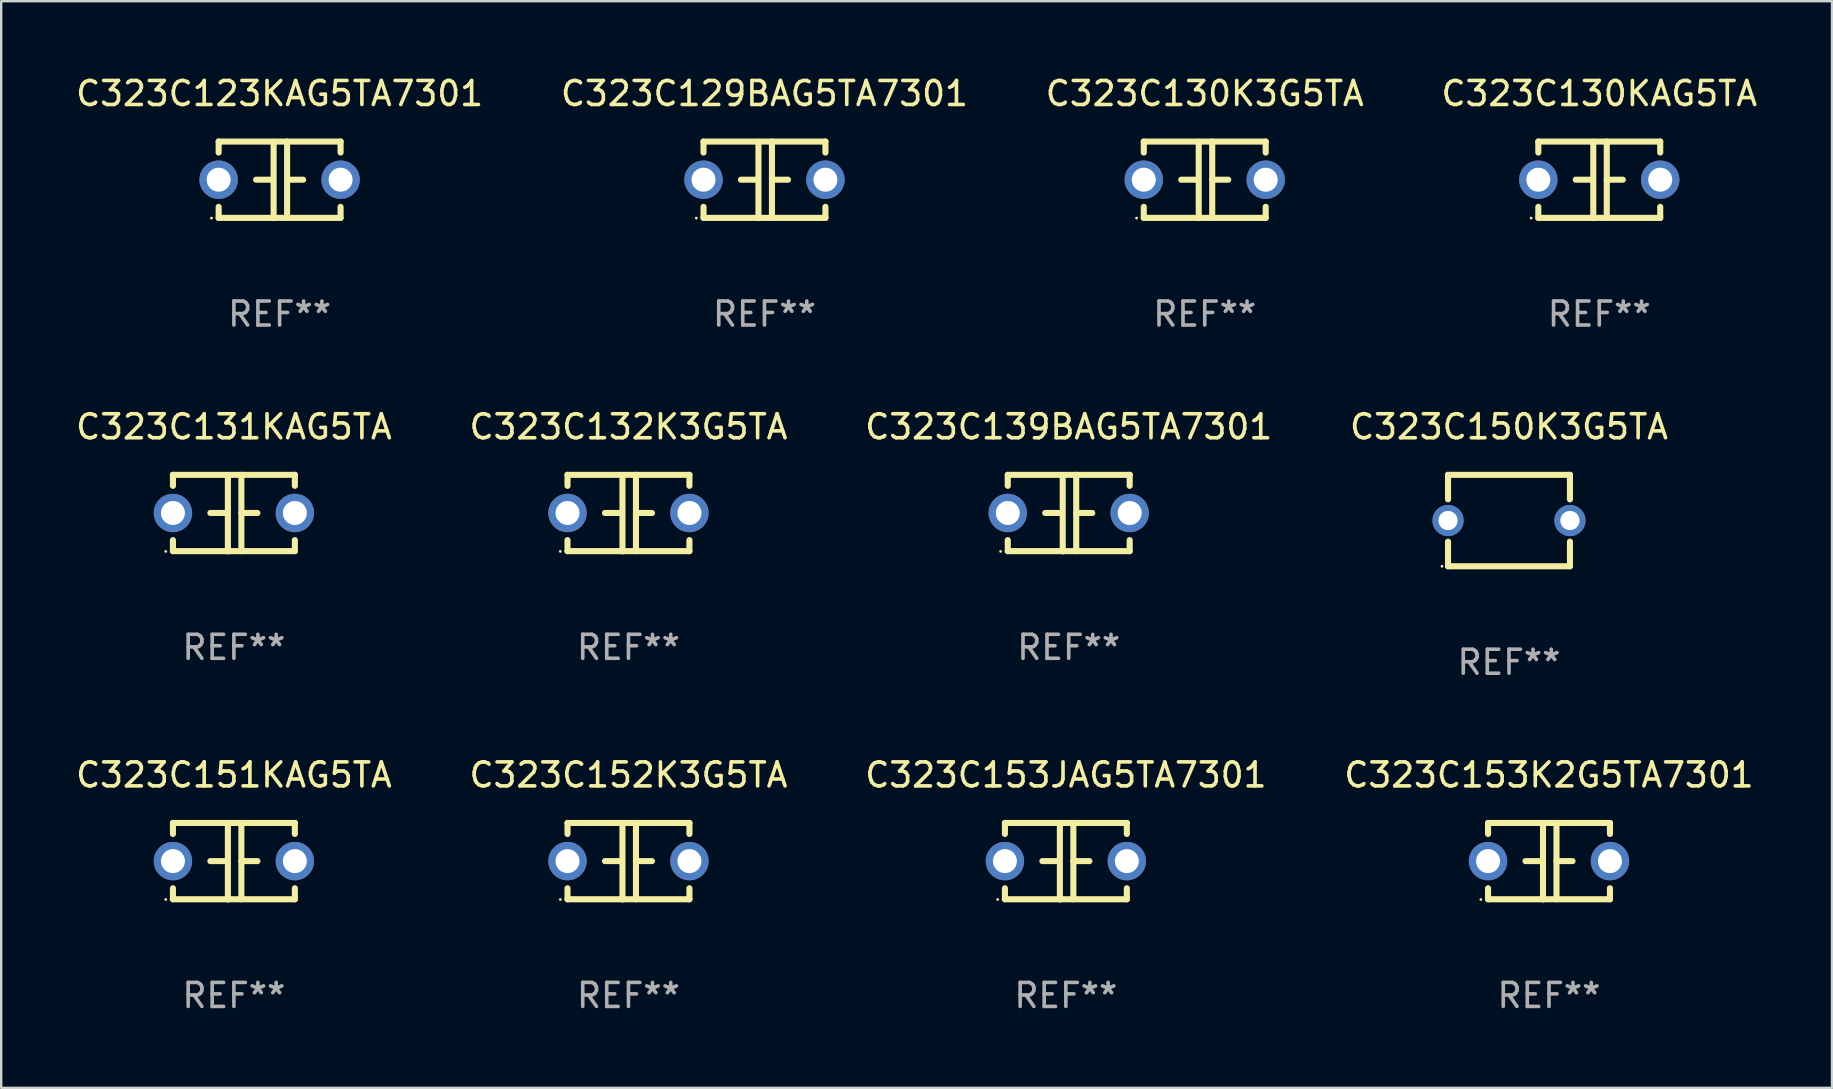
<source format=kicad_pcb>
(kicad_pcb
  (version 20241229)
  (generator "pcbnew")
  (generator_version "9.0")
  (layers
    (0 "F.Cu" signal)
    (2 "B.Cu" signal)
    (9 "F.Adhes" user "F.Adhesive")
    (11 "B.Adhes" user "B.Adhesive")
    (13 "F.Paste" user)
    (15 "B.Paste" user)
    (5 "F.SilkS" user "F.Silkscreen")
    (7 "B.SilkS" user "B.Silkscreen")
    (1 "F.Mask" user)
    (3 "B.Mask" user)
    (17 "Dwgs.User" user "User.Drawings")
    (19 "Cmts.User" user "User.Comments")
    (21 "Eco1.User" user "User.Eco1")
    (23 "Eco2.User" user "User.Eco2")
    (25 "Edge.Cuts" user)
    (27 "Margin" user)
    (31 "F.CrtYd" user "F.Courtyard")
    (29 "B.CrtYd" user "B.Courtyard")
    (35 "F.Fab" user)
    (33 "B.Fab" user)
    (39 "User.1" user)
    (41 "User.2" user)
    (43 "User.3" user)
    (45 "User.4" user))
  (footprint "C323C130K3G5TA"
    (layer "F.Cu")
    (at 47.149 4.443)
    (property "Reference" "C323C130K3G5TA" (at 0 -3.595 0) (layer "F.SilkS") (effects (font (size 1 1) (thickness 0.15))))
    (attr through_hole)
    (fp_line (start -2.54 -1.595) (end -2.54 -1.136) (stroke (width 0.254) (type solid)) (layer "F.SilkS"))
    (fp_line (start -2.54 -1.595) (end 2.54 -1.595) (stroke (width 0.254) (type solid)) (layer "F.SilkS"))
    (fp_line (start -2.54 1.126) (end -2.54 1.585) (stroke (width 0.254) (type solid)) (layer "F.SilkS"))
    (fp_line (start -0.312 -0.005) (end -0.98 -0.005) (stroke (width 0.254) (type solid)) (layer "F.SilkS"))
    (fp_line (start -0.25 -1.585) (end -0.25 1.595) (stroke (width 0.254) (type solid)) (layer "F.SilkS"))
    (fp_line (start 0.312 -1.595) (end 0.312 1.585) (stroke (width 0.254) (type solid)) (layer "F.SilkS"))
    (fp_line (start 0.312 -0.005) (end 0.98 -0.005) (stroke (width 0.254) (type solid)) (layer "F.SilkS"))
    (fp_line (start 2.54 -1.595) (end 2.54 -1.136) (stroke (width 0.254) (type solid)) (layer "F.SilkS"))
    (fp_line (start 2.54 1.126) (end 2.54 1.585) (stroke (width 0.254) (type solid)) (layer "F.SilkS"))
    (fp_line (start 2.54 1.585) (end -2.54 1.585) (stroke (width 0.254) (type solid)) (layer "F.SilkS"))
    (fp_circle (center -2.84 1.595) (end -2.81 1.595) (stroke (width 0.06) (type solid)) (fill no) (layer "F.SilkS"))
    (fp_text user "REF**" (at 0 5.595 0) (layer "F.Fab") (effects (font (size 1 1) (thickness 0.15))))
    (pad "1" thru_hole circle (at -2.54 -0.005) (size 1.6 1.6) (drill 1) (layers "*.Cu" "*.Mask"))
    (pad "2" thru_hole circle (at 2.54 -0.005) (size 1.6 1.6) (drill 1) (layers "*.Cu" "*.Mask")))
  (footprint "C323C131KAG5TA"
    (layer "F.Cu")
    (at 6.696 18.33)
    (property "Reference" "C323C131KAG5TA" (at 0 -3.595 0) (layer "F.SilkS") (effects (font (size 1 1) (thickness 0.15))))
    (attr through_hole)
    (fp_line (start -2.54 -1.595) (end -2.54 -1.136) (stroke (width 0.254) (type solid)) (layer "F.SilkS"))
    (fp_line (start -2.54 -1.595) (end 2.54 -1.595) (stroke (width 0.254) (type solid)) (layer "F.SilkS"))
    (fp_line (start -2.54 1.126) (end -2.54 1.585) (stroke (width 0.254) (type solid)) (layer "F.SilkS"))
    (fp_line (start -0.312 -0.005) (end -0.98 -0.005) (stroke (width 0.254) (type solid)) (layer "F.SilkS"))
    (fp_line (start -0.25 -1.585) (end -0.25 1.595) (stroke (width 0.254) (type solid)) (layer "F.SilkS"))
    (fp_line (start 0.312 -1.595) (end 0.312 1.585) (stroke (width 0.254) (type solid)) (layer "F.SilkS"))
    (fp_line (start 0.312 -0.005) (end 0.98 -0.005) (stroke (width 0.254) (type solid)) (layer "F.SilkS"))
    (fp_line (start 2.54 -1.595) (end 2.54 -1.136) (stroke (width 0.254) (type solid)) (layer "F.SilkS"))
    (fp_line (start 2.54 1.126) (end 2.54 1.585) (stroke (width 0.254) (type solid)) (layer "F.SilkS"))
    (fp_line (start 2.54 1.585) (end -2.54 1.585) (stroke (width 0.254) (type solid)) (layer "F.SilkS"))
    (fp_circle (center -2.84 1.595) (end -2.81 1.595) (stroke (width 0.06) (type solid)) (fill no) (layer "F.SilkS"))
    (fp_text user "REF**" (at 0 5.595 0) (layer "F.Fab") (effects (font (size 1 1) (thickness 0.15))))
    (pad "1" thru_hole circle (at -2.54 -0.005) (size 1.6 1.6) (drill 1) (layers "*.Cu" "*.Mask"))
    (pad "2" thru_hole circle (at 2.54 -0.005) (size 1.6 1.6) (drill 1) (layers "*.Cu" "*.Mask")))
  (footprint "C323C132K3G5TA"
    (layer "F.Cu")
    (at 23.137 18.33)
    (property "Reference" "C323C132K3G5TA" (at 0 -3.595 0) (layer "F.SilkS") (effects (font (size 1 1) (thickness 0.15))))
    (attr through_hole)
    (fp_line (start -2.54 -1.595) (end -2.54 -1.136) (stroke (width 0.254) (type solid)) (layer "F.SilkS"))
    (fp_line (start -2.54 -1.595) (end 2.54 -1.595) (stroke (width 0.254) (type solid)) (layer "F.SilkS"))
    (fp_line (start -2.54 1.126) (end -2.54 1.585) (stroke (width 0.254) (type solid)) (layer "F.SilkS"))
    (fp_line (start -0.312 -0.005) (end -0.98 -0.005) (stroke (width 0.254) (type solid)) (layer "F.SilkS"))
    (fp_line (start -0.25 -1.585) (end -0.25 1.595) (stroke (width 0.254) (type solid)) (layer "F.SilkS"))
    (fp_line (start 0.312 -1.595) (end 0.312 1.585) (stroke (width 0.254) (type solid)) (layer "F.SilkS"))
    (fp_line (start 0.312 -0.005) (end 0.98 -0.005) (stroke (width 0.254) (type solid)) (layer "F.SilkS"))
    (fp_line (start 2.54 -1.595) (end 2.54 -1.136) (stroke (width 0.254) (type solid)) (layer "F.SilkS"))
    (fp_line (start 2.54 1.126) (end 2.54 1.585) (stroke (width 0.254) (type solid)) (layer "F.SilkS"))
    (fp_line (start 2.54 1.585) (end -2.54 1.585) (stroke (width 0.254) (type solid)) (layer "F.SilkS"))
    (fp_circle (center -2.84 1.595) (end -2.81 1.595) (stroke (width 0.06) (type solid)) (fill no) (layer "F.SilkS"))
    (fp_text user "REF**" (at 0 5.595 0) (layer "F.Fab") (effects (font (size 1 1) (thickness 0.15))))
    (pad "1" thru_hole circle (at -2.54 -0.005) (size 1.6 1.6) (drill 1) (layers "*.Cu" "*.Mask"))
    (pad "2" thru_hole circle (at 2.54 -0.005) (size 1.6 1.6) (drill 1) (layers "*.Cu" "*.Mask")))
  (footprint "C323C153K2G5TA7301"
    (layer "F.Cu")
    (at 61.494 32.836)
    (property "Reference" "C323C153K2G5TA7301" (at 0 -3.595 0) (layer "F.SilkS") (effects (font (size 1 1) (thickness 0.15))))
    (attr through_hole)
    (fp_line (start -2.54 -1.595) (end -2.54 -1.136) (stroke (width 0.254) (type solid)) (layer "F.SilkS"))
    (fp_line (start -2.54 -1.595) (end 2.54 -1.595) (stroke (width 0.254) (type solid)) (layer "F.SilkS"))
    (fp_line (start -2.54 1.126) (end -2.54 1.585) (stroke (width 0.254) (type solid)) (layer "F.SilkS"))
    (fp_line (start -0.312 -0.005) (end -0.98 -0.005) (stroke (width 0.254) (type solid)) (layer "F.SilkS"))
    (fp_line (start -0.25 -1.585) (end -0.25 1.595) (stroke (width 0.254) (type solid)) (layer "F.SilkS"))
    (fp_line (start 0.312 -1.595) (end 0.312 1.585) (stroke (width 0.254) (type solid)) (layer "F.SilkS"))
    (fp_line (start 0.312 -0.005) (end 0.98 -0.005) (stroke (width 0.254) (type solid)) (layer "F.SilkS"))
    (fp_line (start 2.54 -1.595) (end 2.54 -1.136) (stroke (width 0.254) (type solid)) (layer "F.SilkS"))
    (fp_line (start 2.54 1.126) (end 2.54 1.585) (stroke (width 0.254) (type solid)) (layer "F.SilkS"))
    (fp_line (start 2.54 1.585) (end -2.54 1.585) (stroke (width 0.254) (type solid)) (layer "F.SilkS"))
    (fp_circle (center -2.84 1.595) (end -2.81 1.595) (stroke (width 0.06) (type solid)) (fill no) (layer "F.SilkS"))
    (fp_text user "REF**" (at 0 5.595 0) (layer "F.Fab") (effects (font (size 1 1) (thickness 0.15))))
    (pad "1" thru_hole circle (at -2.54 -0.005) (size 1.6 1.6) (drill 1) (layers "*.Cu" "*.Mask"))
    (pad "2" thru_hole circle (at 2.54 -0.005) (size 1.6 1.6) (drill 1) (layers "*.Cu" "*.Mask")))
  (footprint "C323C130KAG5TA"
    (layer "F.Cu")
    (at 63.589 4.443)
    (property "Reference" "C323C130KAG5TA" (at 0 -3.595 0) (layer "F.SilkS") (effects (font (size 1 1) (thickness 0.15))))
    (attr through_hole)
    (fp_line (start -2.54 -1.595) (end -2.54 -1.136) (stroke (width 0.254) (type solid)) (layer "F.SilkS"))
    (fp_line (start -2.54 -1.595) (end 2.54 -1.595) (stroke (width 0.254) (type solid)) (layer "F.SilkS"))
    (fp_line (start -2.54 1.126) (end -2.54 1.585) (stroke (width 0.254) (type solid)) (layer "F.SilkS"))
    (fp_line (start -0.312 -0.005) (end -0.98 -0.005) (stroke (width 0.254) (type solid)) (layer "F.SilkS"))
    (fp_line (start -0.25 -1.585) (end -0.25 1.595) (stroke (width 0.254) (type solid)) (layer "F.SilkS"))
    (fp_line (start 0.312 -1.595) (end 0.312 1.585) (stroke (width 0.254) (type solid)) (layer "F.SilkS"))
    (fp_line (start 0.312 -0.005) (end 0.98 -0.005) (stroke (width 0.254) (type solid)) (layer "F.SilkS"))
    (fp_line (start 2.54 -1.595) (end 2.54 -1.136) (stroke (width 0.254) (type solid)) (layer "F.SilkS"))
    (fp_line (start 2.54 1.126) (end 2.54 1.585) (stroke (width 0.254) (type solid)) (layer "F.SilkS"))
    (fp_line (start 2.54 1.585) (end -2.54 1.585) (stroke (width 0.254) (type solid)) (layer "F.SilkS"))
    (fp_circle (center -2.84 1.595) (end -2.81 1.595) (stroke (width 0.06) (type solid)) (fill no) (layer "F.SilkS"))
    (fp_text user "REF**" (at 0 5.595 0) (layer "F.Fab") (effects (font (size 1 1) (thickness 0.15))))
    (pad "1" thru_hole circle (at -2.54 -0.005) (size 1.6 1.6) (drill 1) (layers "*.Cu" "*.Mask"))
    (pad "2" thru_hole circle (at 2.54 -0.005) (size 1.6 1.6) (drill 1) (layers "*.Cu" "*.Mask")))
  (footprint "C323C153JAG5TA7301"
    (layer "F.Cu")
    (at 41.363 32.836)
    (property "Reference" "C323C153JAG5TA7301" (at 0 -3.595 0) (layer "F.SilkS") (effects (font (size 1 1) (thickness 0.15))))
    (attr through_hole)
    (fp_line (start -2.54 -1.595) (end -2.54 -1.136) (stroke (width 0.254) (type solid)) (layer "F.SilkS"))
    (fp_line (start -2.54 -1.595) (end 2.54 -1.595) (stroke (width 0.254) (type solid)) (layer "F.SilkS"))
    (fp_line (start -2.54 1.126) (end -2.54 1.585) (stroke (width 0.254) (type solid)) (layer "F.SilkS"))
    (fp_line (start -0.312 -0.005) (end -0.98 -0.005) (stroke (width 0.254) (type solid)) (layer "F.SilkS"))
    (fp_line (start -0.25 -1.585) (end -0.25 1.595) (stroke (width 0.254) (type solid)) (layer "F.SilkS"))
    (fp_line (start 0.312 -1.595) (end 0.312 1.585) (stroke (width 0.254) (type solid)) (layer "F.SilkS"))
    (fp_line (start 0.312 -0.005) (end 0.98 -0.005) (stroke (width 0.254) (type solid)) (layer "F.SilkS"))
    (fp_line (start 2.54 -1.595) (end 2.54 -1.136) (stroke (width 0.254) (type solid)) (layer "F.SilkS"))
    (fp_line (start 2.54 1.126) (end 2.54 1.585) (stroke (width 0.254) (type solid)) (layer "F.SilkS"))
    (fp_line (start 2.54 1.585) (end -2.54 1.585) (stroke (width 0.254) (type solid)) (layer "F.SilkS"))
    (fp_circle (center -2.84 1.595) (end -2.81 1.595) (stroke (width 0.06) (type solid)) (fill no) (layer "F.SilkS"))
    (fp_text user "REF**" (at 0 5.595 0) (layer "F.Fab") (effects (font (size 1 1) (thickness 0.15))))
    (pad "1" thru_hole circle (at -2.54 -0.005) (size 1.6 1.6) (drill 1) (layers "*.Cu" "*.Mask"))
    (pad "2" thru_hole circle (at 2.54 -0.005) (size 1.6 1.6) (drill 1) (layers "*.Cu" "*.Mask")))
  (footprint "C323C139BAG5TA7301"
    (layer "F.Cu")
    (at 41.482 18.33)
    (property "Reference" "C323C139BAG5TA7301" (at 0 -3.595 0) (layer "F.SilkS") (effects (font (size 1 1) (thickness 0.15))))
    (attr through_hole)
    (fp_line (start -2.54 -1.595) (end -2.54 -1.136) (stroke (width 0.254) (type solid)) (layer "F.SilkS"))
    (fp_line (start -2.54 -1.595) (end 2.54 -1.595) (stroke (width 0.254) (type solid)) (layer "F.SilkS"))
    (fp_line (start -2.54 1.126) (end -2.54 1.585) (stroke (width 0.254) (type solid)) (layer "F.SilkS"))
    (fp_line (start -0.312 -0.005) (end -0.98 -0.005) (stroke (width 0.254) (type solid)) (layer "F.SilkS"))
    (fp_line (start -0.25 -1.585) (end -0.25 1.595) (stroke (width 0.254) (type solid)) (layer "F.SilkS"))
    (fp_line (start 0.312 -1.595) (end 0.312 1.585) (stroke (width 0.254) (type solid)) (layer "F.SilkS"))
    (fp_line (start 0.312 -0.005) (end 0.98 -0.005) (stroke (width 0.254) (type solid)) (layer "F.SilkS"))
    (fp_line (start 2.54 -1.595) (end 2.54 -1.136) (stroke (width 0.254) (type solid)) (layer "F.SilkS"))
    (fp_line (start 2.54 1.126) (end 2.54 1.585) (stroke (width 0.254) (type solid)) (layer "F.SilkS"))
    (fp_line (start 2.54 1.585) (end -2.54 1.585) (stroke (width 0.254) (type solid)) (layer "F.SilkS"))
    (fp_circle (center -2.84 1.595) (end -2.81 1.595) (stroke (width 0.06) (type solid)) (fill no) (layer "F.SilkS"))
    (fp_text user "REF**" (at 0 5.595 0) (layer "F.Fab") (effects (font (size 1 1) (thickness 0.15))))
    (pad "1" thru_hole circle (at -2.54 -0.005) (size 1.6 1.6) (drill 1) (layers "*.Cu" "*.Mask"))
    (pad "2" thru_hole circle (at 2.54 -0.005) (size 1.6 1.6) (drill 1) (layers "*.Cu" "*.Mask")))
  (footprint "C323C129BAG5TA7301"
    (layer "F.Cu")
    (at 28.804 4.443)
    (property "Reference" "C323C129BAG5TA7301" (at 0 -3.595 0) (layer "F.SilkS") (effects (font (size 1 1) (thickness 0.15))))
    (attr through_hole)
    (fp_line (start -2.54 -1.595) (end -2.54 -1.136) (stroke (width 0.254) (type solid)) (layer "F.SilkS"))
    (fp_line (start -2.54 -1.595) (end 2.54 -1.595) (stroke (width 0.254) (type solid)) (layer "F.SilkS"))
    (fp_line (start -2.54 1.126) (end -2.54 1.585) (stroke (width 0.254) (type solid)) (layer "F.SilkS"))
    (fp_line (start -0.312 -0.005) (end -0.98 -0.005) (stroke (width 0.254) (type solid)) (layer "F.SilkS"))
    (fp_line (start -0.25 -1.585) (end -0.25 1.595) (stroke (width 0.254) (type solid)) (layer "F.SilkS"))
    (fp_line (start 0.312 -1.595) (end 0.312 1.585) (stroke (width 0.254) (type solid)) (layer "F.SilkS"))
    (fp_line (start 0.312 -0.005) (end 0.98 -0.005) (stroke (width 0.254) (type solid)) (layer "F.SilkS"))
    (fp_line (start 2.54 -1.595) (end 2.54 -1.136) (stroke (width 0.254) (type solid)) (layer "F.SilkS"))
    (fp_line (start 2.54 1.126) (end 2.54 1.585) (stroke (width 0.254) (type solid)) (layer "F.SilkS"))
    (fp_line (start 2.54 1.585) (end -2.54 1.585) (stroke (width 0.254) (type solid)) (layer "F.SilkS"))
    (fp_circle (center -2.84 1.595) (end -2.81 1.595) (stroke (width 0.06) (type solid)) (fill no) (layer "F.SilkS"))
    (fp_text user "REF**" (at 0 5.595 0) (layer "F.Fab") (effects (font (size 1 1) (thickness 0.15))))
    (pad "1" thru_hole circle (at -2.54 -0.005) (size 1.6 1.6) (drill 1) (layers "*.Cu" "*.Mask"))
    (pad "2" thru_hole circle (at 2.54 -0.005) (size 1.6 1.6) (drill 1) (layers "*.Cu" "*.Mask")))
  (footprint "C323C151KAG5TA"
    (layer "F.Cu")
    (at 6.696 32.836)
    (property "Reference" "C323C151KAG5TA" (at 0 -3.595 0) (layer "F.SilkS") (effects (font (size 1 1) (thickness 0.15))))
    (attr through_hole)
    (fp_line (start -2.54 -1.595) (end -2.54 -1.136) (stroke (width 0.254) (type solid)) (layer "F.SilkS"))
    (fp_line (start -2.54 -1.595) (end 2.54 -1.595) (stroke (width 0.254) (type solid)) (layer "F.SilkS"))
    (fp_line (start -2.54 1.126) (end -2.54 1.585) (stroke (width 0.254) (type solid)) (layer "F.SilkS"))
    (fp_line (start -0.312 -0.005) (end -0.98 -0.005) (stroke (width 0.254) (type solid)) (layer "F.SilkS"))
    (fp_line (start -0.25 -1.585) (end -0.25 1.595) (stroke (width 0.254) (type solid)) (layer "F.SilkS"))
    (fp_line (start 0.312 -1.595) (end 0.312 1.585) (stroke (width 0.254) (type solid)) (layer "F.SilkS"))
    (fp_line (start 0.312 -0.005) (end 0.98 -0.005) (stroke (width 0.254) (type solid)) (layer "F.SilkS"))
    (fp_line (start 2.54 -1.595) (end 2.54 -1.136) (stroke (width 0.254) (type solid)) (layer "F.SilkS"))
    (fp_line (start 2.54 1.126) (end 2.54 1.585) (stroke (width 0.254) (type solid)) (layer "F.SilkS"))
    (fp_line (start 2.54 1.585) (end -2.54 1.585) (stroke (width 0.254) (type solid)) (layer "F.SilkS"))
    (fp_circle (center -2.84 1.595) (end -2.81 1.595) (stroke (width 0.06) (type solid)) (fill no) (layer "F.SilkS"))
    (fp_text user "REF**" (at 0 5.595 0) (layer "F.Fab") (effects (font (size 1 1) (thickness 0.15))))
    (pad "1" thru_hole circle (at -2.54 -0.005) (size 1.6 1.6) (drill 1) (layers "*.Cu" "*.Mask"))
    (pad "2" thru_hole circle (at 2.54 -0.005) (size 1.6 1.6) (drill 1) (layers "*.Cu" "*.Mask")))
  (footprint "C323C123KAG5TA7301"
    (layer "F.Cu")
    (at 8.601 4.443)
    (property "Reference" "C323C123KAG5TA7301" (at 0 -3.595 0) (layer "F.SilkS") (effects (font (size 1 1) (thickness 0.15))))
    (attr through_hole)
    (fp_line (start -2.54 -1.595) (end -2.54 -1.136) (stroke (width 0.254) (type solid)) (layer "F.SilkS"))
    (fp_line (start -2.54 -1.595) (end 2.54 -1.595) (stroke (width 0.254) (type solid)) (layer "F.SilkS"))
    (fp_line (start -2.54 1.126) (end -2.54 1.585) (stroke (width 0.254) (type solid)) (layer "F.SilkS"))
    (fp_line (start -0.312 -0.005) (end -0.98 -0.005) (stroke (width 0.254) (type solid)) (layer "F.SilkS"))
    (fp_line (start -0.25 -1.585) (end -0.25 1.595) (stroke (width 0.254) (type solid)) (layer "F.SilkS"))
    (fp_line (start 0.312 -1.595) (end 0.312 1.585) (stroke (width 0.254) (type solid)) (layer "F.SilkS"))
    (fp_line (start 0.312 -0.005) (end 0.98 -0.005) (stroke (width 0.254) (type solid)) (layer "F.SilkS"))
    (fp_line (start 2.54 -1.595) (end 2.54 -1.136) (stroke (width 0.254) (type solid)) (layer "F.SilkS"))
    (fp_line (start 2.54 1.126) (end 2.54 1.585) (stroke (width 0.254) (type solid)) (layer "F.SilkS"))
    (fp_line (start 2.54 1.585) (end -2.54 1.585) (stroke (width 0.254) (type solid)) (layer "F.SilkS"))
    (fp_circle (center -2.84 1.595) (end -2.81 1.595) (stroke (width 0.06) (type solid)) (fill no) (layer "F.SilkS"))
    (fp_text user "REF**" (at 0 5.595 0) (layer "F.Fab") (effects (font (size 1 1) (thickness 0.15))))
    (pad "1" thru_hole circle (at -2.54 -0.005) (size 1.6 1.6) (drill 1) (layers "*.Cu" "*.Mask"))
    (pad "2" thru_hole circle (at 2.54 -0.005) (size 1.6 1.6) (drill 1) (layers "*.Cu" "*.Mask")))
  (footprint "C323C152K3G5TA"
    (layer "F.Cu")
    (at 23.137 32.836)
    (property "Reference" "C323C152K3G5TA" (at 0 -3.595 0) (layer "F.SilkS") (effects (font (size 1 1) (thickness 0.15))))
    (attr through_hole)
    (fp_line (start -2.54 -1.595) (end -2.54 -1.136) (stroke (width 0.254) (type solid)) (layer "F.SilkS"))
    (fp_line (start -2.54 -1.595) (end 2.54 -1.595) (stroke (width 0.254) (type solid)) (layer "F.SilkS"))
    (fp_line (start -2.54 1.126) (end -2.54 1.585) (stroke (width 0.254) (type solid)) (layer "F.SilkS"))
    (fp_line (start -0.312 -0.005) (end -0.98 -0.005) (stroke (width 0.254) (type solid)) (layer "F.SilkS"))
    (fp_line (start -0.25 -1.585) (end -0.25 1.595) (stroke (width 0.254) (type solid)) (layer "F.SilkS"))
    (fp_line (start 0.312 -1.595) (end 0.312 1.585) (stroke (width 0.254) (type solid)) (layer "F.SilkS"))
    (fp_line (start 0.312 -0.005) (end 0.98 -0.005) (stroke (width 0.254) (type solid)) (layer "F.SilkS"))
    (fp_line (start 2.54 -1.595) (end 2.54 -1.136) (stroke (width 0.254) (type solid)) (layer "F.SilkS"))
    (fp_line (start 2.54 1.126) (end 2.54 1.585) (stroke (width 0.254) (type solid)) (layer "F.SilkS"))
    (fp_line (start 2.54 1.585) (end -2.54 1.585) (stroke (width 0.254) (type solid)) (layer "F.SilkS"))
    (fp_circle (center -2.84 1.595) (end -2.81 1.595) (stroke (width 0.06) (type solid)) (fill no) (layer "F.SilkS"))
    (fp_text user "REF**" (at 0 5.595 0) (layer "F.Fab") (effects (font (size 1 1) (thickness 0.15))))
    (pad "1" thru_hole circle (at -2.54 -0.005) (size 1.6 1.6) (drill 1) (layers "*.Cu" "*.Mask"))
    (pad "2" thru_hole circle (at 2.54 -0.005) (size 1.6 1.6) (drill 1) (layers "*.Cu" "*.Mask")))
  (footprint "C323C150K3G5TA"
    (layer "F.Cu")
    (at 59.827 18.64)
    (property "Reference" "C323C150K3G5TA" (at 0 -3.905 0) (layer "F.SilkS") (effects (font (size 1 1) (thickness 0.15))))
    (attr through_hole)
    (fp_line (start -2.54 -1.905) (end -2.54 -0.881) (stroke (width 0.254) (type solid)) (layer "F.SilkS"))
    (fp_line (start -2.54 0.881) (end -2.54 1.905) (stroke (width 0.254) (type solid)) (layer "F.SilkS"))
    (fp_line (start -2.54 1.905) (end 2.54 1.905) (stroke (width 0.254) (type solid)) (layer "F.SilkS"))
    (fp_line (start 2.54 -1.905) (end -2.54 -1.905) (stroke (width 0.254) (type solid)) (layer "F.SilkS"))
    (fp_line (start 2.54 -0.881) (end 2.54 -1.905) (stroke (width 0.254) (type solid)) (layer "F.SilkS"))
    (fp_line (start 2.54 1.905) (end 2.54 0.881) (stroke (width 0.254) (type solid)) (layer "F.SilkS"))
    (fp_circle (center -2.79 1.905) (end -2.76 1.905) (stroke (width 0.06) (type solid)) (fill no) (layer "F.SilkS"))
    (fp_text user "REF**" (at 0 5.905 0) (layer "F.Fab") (effects (font (size 1 1) (thickness 0.15))))
    (pad "1" thru_hole circle (at -2.54 0) (size 1.3 1.3) (drill 0.8) (layers "*.Cu" "*.Mask"))
    (pad "2" thru_hole circle (at 2.54 0) (size 1.3 1.3) (drill 0.8) (layers "*.Cu" "*.Mask")))
  (gr_rect
    (start -3 -3)
    (end 73.286 42.279)
    (stroke (width 0.1) (type default))
    (fill no)
    (layer "Edge.Cuts")))
</source>
